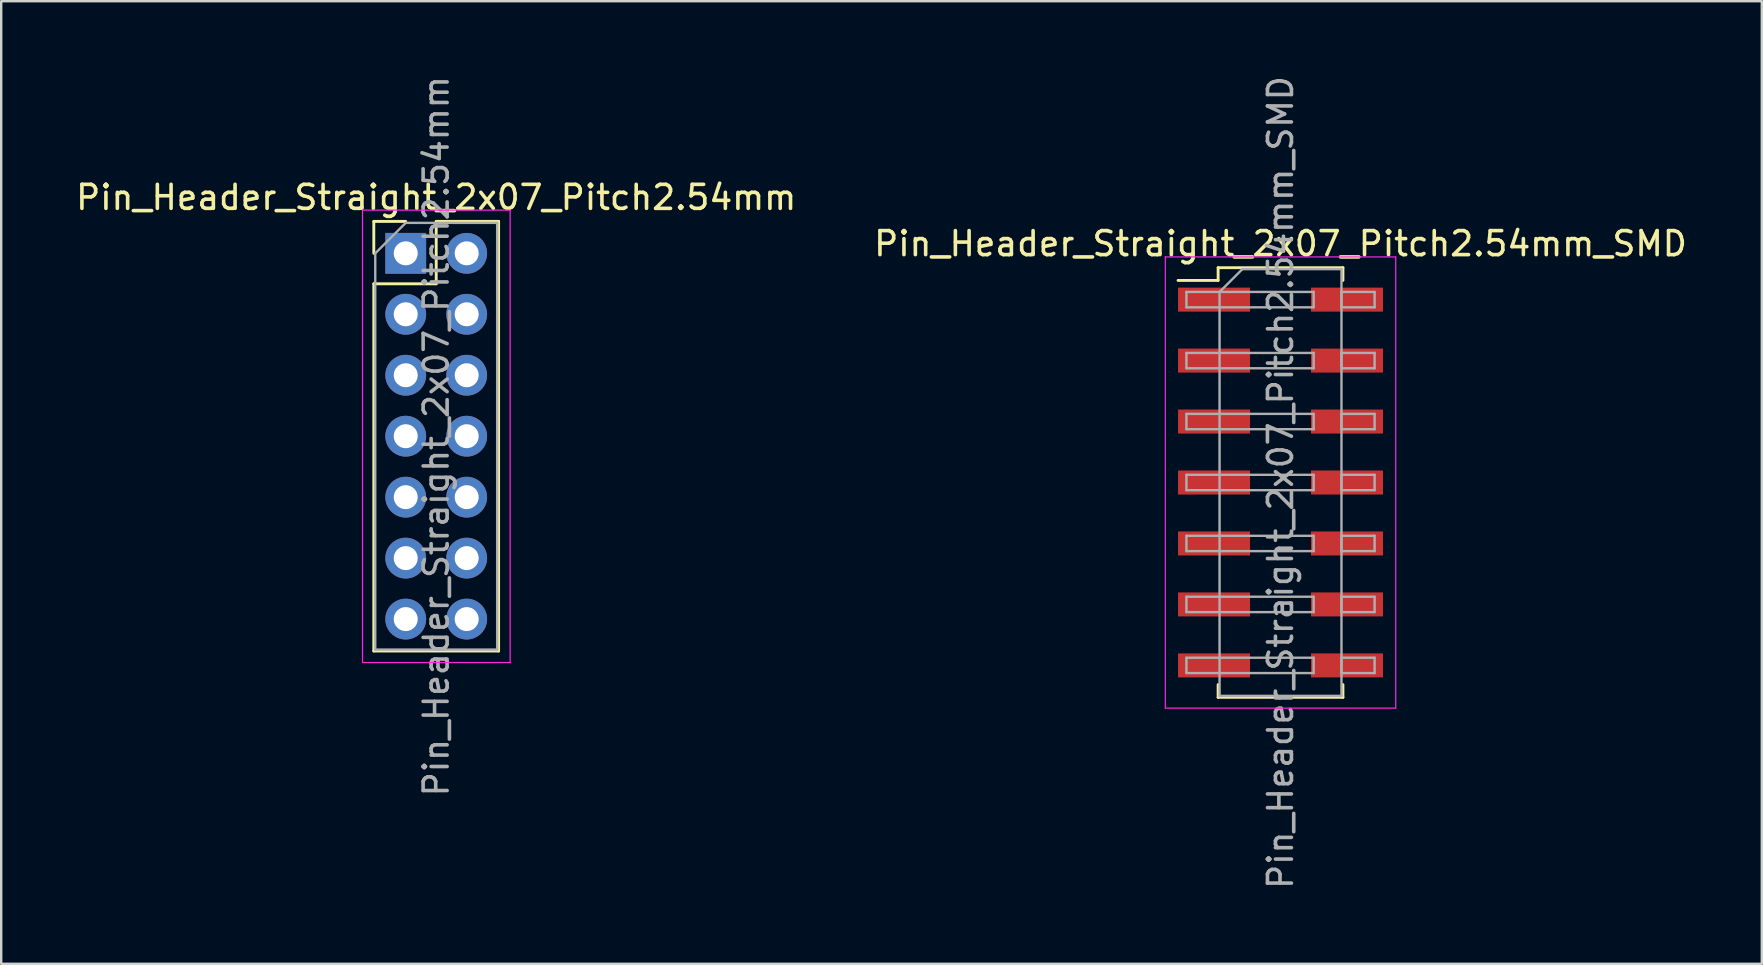
<source format=kicad_pcb>
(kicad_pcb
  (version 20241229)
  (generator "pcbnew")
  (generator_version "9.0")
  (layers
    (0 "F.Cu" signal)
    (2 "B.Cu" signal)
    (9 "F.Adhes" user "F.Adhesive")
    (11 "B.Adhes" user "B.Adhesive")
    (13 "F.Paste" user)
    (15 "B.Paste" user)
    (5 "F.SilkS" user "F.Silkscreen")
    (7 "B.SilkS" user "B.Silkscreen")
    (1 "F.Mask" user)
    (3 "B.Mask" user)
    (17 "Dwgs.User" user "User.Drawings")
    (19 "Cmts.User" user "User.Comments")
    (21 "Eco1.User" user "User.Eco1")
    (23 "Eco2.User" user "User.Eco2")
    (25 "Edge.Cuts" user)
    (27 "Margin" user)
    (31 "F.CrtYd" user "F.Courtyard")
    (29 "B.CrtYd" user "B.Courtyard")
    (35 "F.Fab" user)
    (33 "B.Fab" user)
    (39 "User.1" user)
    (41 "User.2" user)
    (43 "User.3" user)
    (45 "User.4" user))
  (footprint "Pin_Header_Straight_2x07_Pitch2.54mm_SMD"
    (layer "F.Cu")
    (at 50.304 17.054)
    (property "Reference" "Pin_Header_Straight_2x07_Pitch2.54mm_SMD" (at 0 -9.95 0) (layer "F.SilkS") (effects (font (size 1 1) (thickness 0.15))))
    (attr smd)
    (fp_line (start -4.27 -8.42) (end -2.6 -8.42) (stroke (width 0.12) (type solid)) (layer "F.SilkS"))
    (fp_line (start -2.6 -8.95) (end 2.6 -8.95) (stroke (width 0.12) (type solid)) (layer "F.SilkS"))
    (fp_line (start -2.6 -8.42) (end -2.6 -8.95) (stroke (width 0.12) (type solid)) (layer "F.SilkS"))
    (fp_line (start -2.6 8.42) (end -2.6 8.95) (stroke (width 0.12) (type solid)) (layer "F.SilkS"))
    (fp_line (start -2.6 8.95) (end 2.6 8.95) (stroke (width 0.12) (type solid)) (layer "F.SilkS"))
    (fp_line (start 2.6 -8.95) (end 2.6 -8.42) (stroke (width 0.12) (type solid)) (layer "F.SilkS"))
    (fp_line (start 2.6 8.95) (end 2.6 8.42) (stroke (width 0.12) (type solid)) (layer "F.SilkS"))
    (fp_line (start -4.8 -9.4) (end -4.8 9.4) (stroke (width 0.05) (type solid)) (layer "F.CrtYd"))
    (fp_line (start -4.8 9.4) (end 4.8 9.4) (stroke (width 0.05) (type solid)) (layer "F.CrtYd"))
    (fp_line (start 4.8 -9.4) (end -4.8 -9.4) (stroke (width 0.05) (type solid)) (layer "F.CrtYd"))
    (fp_line (start 4.8 9.4) (end 4.8 -9.4) (stroke (width 0.05) (type solid)) (layer "F.CrtYd"))
    (fp_line (start -3.92 -7.94) (end -3.92 -7.3) (stroke (width 0.1) (type solid)) (layer "F.Fab"))
    (fp_line (start -3.92 -7.3) (end -2.54 -7.3) (stroke (width 0.1) (type solid)) (layer "F.Fab"))
    (fp_line (start -3.92 -5.4) (end -3.92 -4.76) (stroke (width 0.1) (type solid)) (layer "F.Fab"))
    (fp_line (start -3.92 -4.76) (end -2.54 -4.76) (stroke (width 0.1) (type solid)) (layer "F.Fab"))
    (fp_line (start -3.92 -2.86) (end -3.92 -2.22) (stroke (width 0.1) (type solid)) (layer "F.Fab"))
    (fp_line (start -3.92 -2.22) (end -2.54 -2.22) (stroke (width 0.1) (type solid)) (layer "F.Fab"))
    (fp_line (start -3.92 -0.32) (end -3.92 0.32) (stroke (width 0.1) (type solid)) (layer "F.Fab"))
    (fp_line (start -3.92 0.32) (end -2.54 0.32) (stroke (width 0.1) (type solid)) (layer "F.Fab"))
    (fp_line (start -3.92 2.22) (end -3.92 2.86) (stroke (width 0.1) (type solid)) (layer "F.Fab"))
    (fp_line (start -3.92 2.86) (end -2.54 2.86) (stroke (width 0.1) (type solid)) (layer "F.Fab"))
    (fp_line (start -3.92 4.76) (end -3.92 5.4) (stroke (width 0.1) (type solid)) (layer "F.Fab"))
    (fp_line (start -3.92 5.4) (end -2.54 5.4) (stroke (width 0.1) (type solid)) (layer "F.Fab"))
    (fp_line (start -3.92 7.3) (end -3.92 7.94) (stroke (width 0.1) (type solid)) (layer "F.Fab"))
    (fp_line (start -3.92 7.94) (end -2.54 7.94) (stroke (width 0.1) (type solid)) (layer "F.Fab"))
    (fp_line (start -2.54 -7.94) (end -3.92 -7.94) (stroke (width 0.1) (type solid)) (layer "F.Fab"))
    (fp_line (start -2.54 -7.94) (end -1.59 -8.89) (stroke (width 0.1) (type solid)) (layer "F.Fab"))
    (fp_line (start -2.54 -7.94) (end 1.38 -7.94) (stroke (width 0.1) (type solid)) (layer "F.Fab"))
    (fp_line (start -2.54 -5.4) (end -3.92 -5.4) (stroke (width 0.1) (type solid)) (layer "F.Fab"))
    (fp_line (start -2.54 -5.4) (end 1.38 -5.4) (stroke (width 0.1) (type solid)) (layer "F.Fab"))
    (fp_line (start -2.54 -2.86) (end -3.92 -2.86) (stroke (width 0.1) (type solid)) (layer "F.Fab"))
    (fp_line (start -2.54 -2.86) (end 1.38 -2.86) (stroke (width 0.1) (type solid)) (layer "F.Fab"))
    (fp_line (start -2.54 -0.32) (end -3.92 -0.32) (stroke (width 0.1) (type solid)) (layer "F.Fab"))
    (fp_line (start -2.54 -0.32) (end 1.38 -0.32) (stroke (width 0.1) (type solid)) (layer "F.Fab"))
    (fp_line (start -2.54 2.22) (end -3.92 2.22) (stroke (width 0.1) (type solid)) (layer "F.Fab"))
    (fp_line (start -2.54 2.22) (end 1.38 2.22) (stroke (width 0.1) (type solid)) (layer "F.Fab"))
    (fp_line (start -2.54 4.76) (end -3.92 4.76) (stroke (width 0.1) (type solid)) (layer "F.Fab"))
    (fp_line (start -2.54 4.76) (end 1.38 4.76) (stroke (width 0.1) (type solid)) (layer "F.Fab"))
    (fp_line (start -2.54 7.3) (end -3.92 7.3) (stroke (width 0.1) (type solid)) (layer "F.Fab"))
    (fp_line (start -2.54 7.3) (end 1.38 7.3) (stroke (width 0.1) (type solid)) (layer "F.Fab"))
    (fp_line (start -2.54 8.89) (end -2.54 -7.94) (stroke (width 0.1) (type solid)) (layer "F.Fab"))
    (fp_line (start -1.59 -8.89) (end 2.54 -8.89) (stroke (width 0.1) (type solid)) (layer "F.Fab"))
    (fp_line (start 1.38 -7.94) (end 1.38 -7.3) (stroke (width 0.1) (type solid)) (layer "F.Fab"))
    (fp_line (start 1.38 -7.3) (end -2.54 -7.3) (stroke (width 0.1) (type solid)) (layer "F.Fab"))
    (fp_line (start 1.38 -5.4) (end 1.38 -4.76) (stroke (width 0.1) (type solid)) (layer "F.Fab"))
    (fp_line (start 1.38 -4.76) (end -2.54 -4.76) (stroke (width 0.1) (type solid)) (layer "F.Fab"))
    (fp_line (start 1.38 -2.86) (end 1.38 -2.22) (stroke (width 0.1) (type solid)) (layer "F.Fab"))
    (fp_line (start 1.38 -2.22) (end -2.54 -2.22) (stroke (width 0.1) (type solid)) (layer "F.Fab"))
    (fp_line (start 1.38 -0.32) (end 1.38 0.32) (stroke (width 0.1) (type solid)) (layer "F.Fab"))
    (fp_line (start 1.38 0.32) (end -2.54 0.32) (stroke (width 0.1) (type solid)) (layer "F.Fab"))
    (fp_line (start 1.38 2.22) (end 1.38 2.86) (stroke (width 0.1) (type solid)) (layer "F.Fab"))
    (fp_line (start 1.38 2.86) (end -2.54 2.86) (stroke (width 0.1) (type solid)) (layer "F.Fab"))
    (fp_line (start 1.38 4.76) (end 1.38 5.4) (stroke (width 0.1) (type solid)) (layer "F.Fab"))
    (fp_line (start 1.38 5.4) (end -2.54 5.4) (stroke (width 0.1) (type solid)) (layer "F.Fab"))
    (fp_line (start 1.38 7.3) (end 1.38 7.94) (stroke (width 0.1) (type solid)) (layer "F.Fab"))
    (fp_line (start 1.38 7.94) (end -2.54 7.94) (stroke (width 0.1) (type solid)) (layer "F.Fab"))
    (fp_line (start 2.54 -8.89) (end 2.54 8.89) (stroke (width 0.1) (type solid)) (layer "F.Fab"))
    (fp_line (start 2.54 -7.94) (end 2.54 -7.3) (stroke (width 0.1) (type solid)) (layer "F.Fab"))
    (fp_line (start 2.54 -7.3) (end 3.92 -7.3) (stroke (width 0.1) (type solid)) (layer "F.Fab"))
    (fp_line (start 2.54 -5.4) (end 2.54 -4.76) (stroke (width 0.1) (type solid)) (layer "F.Fab"))
    (fp_line (start 2.54 -4.76) (end 3.92 -4.76) (stroke (width 0.1) (type solid)) (layer "F.Fab"))
    (fp_line (start 2.54 -2.86) (end 2.54 -2.22) (stroke (width 0.1) (type solid)) (layer "F.Fab"))
    (fp_line (start 2.54 -2.22) (end 3.92 -2.22) (stroke (width 0.1) (type solid)) (layer "F.Fab"))
    (fp_line (start 2.54 -0.32) (end 2.54 0.32) (stroke (width 0.1) (type solid)) (layer "F.Fab"))
    (fp_line (start 2.54 0.32) (end 3.92 0.32) (stroke (width 0.1) (type solid)) (layer "F.Fab"))
    (fp_line (start 2.54 2.22) (end 2.54 2.86) (stroke (width 0.1) (type solid)) (layer "F.Fab"))
    (fp_line (start 2.54 2.86) (end 3.92 2.86) (stroke (width 0.1) (type solid)) (layer "F.Fab"))
    (fp_line (start 2.54 4.76) (end 2.54 5.4) (stroke (width 0.1) (type solid)) (layer "F.Fab"))
    (fp_line (start 2.54 5.4) (end 3.92 5.4) (stroke (width 0.1) (type solid)) (layer "F.Fab"))
    (fp_line (start 2.54 7.3) (end 2.54 7.94) (stroke (width 0.1) (type solid)) (layer "F.Fab"))
    (fp_line (start 2.54 7.94) (end 3.92 7.94) (stroke (width 0.1) (type solid)) (layer "F.Fab"))
    (fp_line (start 2.54 8.89) (end -2.54 8.89) (stroke (width 0.1) (type solid)) (layer "F.Fab"))
    (fp_line (start 3.92 -7.94) (end 2.54 -7.94) (stroke (width 0.1) (type solid)) (layer "F.Fab"))
    (fp_line (start 3.92 -7.3) (end 3.92 -7.94) (stroke (width 0.1) (type solid)) (layer "F.Fab"))
    (fp_line (start 3.92 -5.4) (end 2.54 -5.4) (stroke (width 0.1) (type solid)) (layer "F.Fab"))
    (fp_line (start 3.92 -4.76) (end 3.92 -5.4) (stroke (width 0.1) (type solid)) (layer "F.Fab"))
    (fp_line (start 3.92 -2.86) (end 2.54 -2.86) (stroke (width 0.1) (type solid)) (layer "F.Fab"))
    (fp_line (start 3.92 -2.22) (end 3.92 -2.86) (stroke (width 0.1) (type solid)) (layer "F.Fab"))
    (fp_line (start 3.92 -0.32) (end 2.54 -0.32) (stroke (width 0.1) (type solid)) (layer "F.Fab"))
    (fp_line (start 3.92 0.32) (end 3.92 -0.32) (stroke (width 0.1) (type solid)) (layer "F.Fab"))
    (fp_line (start 3.92 2.22) (end 2.54 2.22) (stroke (width 0.1) (type solid)) (layer "F.Fab"))
    (fp_line (start 3.92 2.86) (end 3.92 2.22) (stroke (width 0.1) (type solid)) (layer "F.Fab"))
    (fp_line (start 3.92 4.76) (end 2.54 4.76) (stroke (width 0.1) (type solid)) (layer "F.Fab"))
    (fp_line (start 3.92 5.4) (end 3.92 4.76) (stroke (width 0.1) (type solid)) (layer "F.Fab"))
    (fp_line (start 3.92 7.3) (end 2.54 7.3) (stroke (width 0.1) (type solid)) (layer "F.Fab"))
    (fp_line (start 3.92 7.94) (end 3.92 7.3) (stroke (width 0.1) (type solid)) (layer "F.Fab"))
    (fp_text user "${REFERENCE}" (at 0 0 90) (layer "F.Fab") (effects (font (size 1 1) (thickness 0.15))))
    (pad "1" smd rect (at -2.77 -7.62) (size 3 1) (layers "F.Cu" "F.Mask" "F.Paste"))
    (pad "2" smd rect (at 2.77 -7.62) (size 3 1) (layers "F.Cu" "F.Mask" "F.Paste"))
    (pad "3" smd rect (at -2.77 -5.08) (size 3 1) (layers "F.Cu" "F.Mask" "F.Paste"))
    (pad "4" smd rect (at 2.77 -5.08) (size 3 1) (layers "F.Cu" "F.Mask" "F.Paste"))
    (pad "5" smd rect (at -2.77 -2.54) (size 3 1) (layers "F.Cu" "F.Mask" "F.Paste"))
    (pad "6" smd rect (at 2.77 -2.54) (size 3 1) (layers "F.Cu" "F.Mask" "F.Paste"))
    (pad "7" smd rect (at -2.77 0) (size 3 1) (layers "F.Cu" "F.Mask" "F.Paste"))
    (pad "8" smd rect (at 2.77 0) (size 3 1) (layers "F.Cu" "F.Mask" "F.Paste"))
    (pad "9" smd rect (at -2.77 2.54) (size 3 1) (layers "F.Cu" "F.Mask" "F.Paste"))
    (pad "10" smd rect (at 2.77 2.54) (size 3 1) (layers "F.Cu" "F.Mask" "F.Paste"))
    (pad "11" smd rect (at -2.77 5.08) (size 3 1) (layers "F.Cu" "F.Mask" "F.Paste"))
    (pad "12" smd rect (at 2.77 5.08) (size 3 1) (layers "F.Cu" "F.Mask" "F.Paste"))
    (pad "13" smd rect (at -2.77 7.62) (size 3 1) (layers "F.Cu" "F.Mask" "F.Paste"))
    (pad "14" smd rect (at 2.77 7.62) (size 3 1) (layers "F.Cu" "F.Mask" "F.Paste")))
  (footprint "Pin_Header_Straight_2x07_Pitch2.54mm"
    (layer "F.Cu")
    (at 13.855 7.505)
    (property "Reference" "Pin_Header_Straight_2x07_Pitch2.54mm" (at 1.27 -2.33 0) (layer "F.SilkS") (effects (font (size 1 1) (thickness 0.15))))
    (attr through_hole)
    (fp_line (start -1.33 -1.33) (end 0 -1.33) (stroke (width 0.12) (type solid)) (layer "F.SilkS"))
    (fp_line (start -1.33 0) (end -1.33 -1.33) (stroke (width 0.12) (type solid)) (layer "F.SilkS"))
    (fp_line (start -1.33 1.27) (end -1.33 16.57) (stroke (width 0.12) (type solid)) (layer "F.SilkS"))
    (fp_line (start -1.33 16.57) (end 3.87 16.57) (stroke (width 0.12) (type solid)) (layer "F.SilkS"))
    (fp_line (start 1.27 -1.33) (end 1.27 1.27) (stroke (width 0.12) (type solid)) (layer "F.SilkS"))
    (fp_line (start 1.27 1.27) (end -1.33 1.27) (stroke (width 0.12) (type solid)) (layer "F.SilkS"))
    (fp_line (start 3.87 -1.33) (end 1.27 -1.33) (stroke (width 0.12) (type solid)) (layer "F.SilkS"))
    (fp_line (start 3.87 16.57) (end 3.87 -1.33) (stroke (width 0.12) (type solid)) (layer "F.SilkS"))
    (fp_line (start -1.8 -1.8) (end -1.8 17.05) (stroke (width 0.05) (type solid)) (layer "F.CrtYd"))
    (fp_line (start -1.8 17.05) (end 4.35 17.05) (stroke (width 0.05) (type solid)) (layer "F.CrtYd"))
    (fp_line (start 4.35 -1.8) (end -1.8 -1.8) (stroke (width 0.05) (type solid)) (layer "F.CrtYd"))
    (fp_line (start 4.35 17.05) (end 4.35 -1.8) (stroke (width 0.05) (type solid)) (layer "F.CrtYd"))
    (fp_line (start -1.27 0) (end 0 -1.27) (stroke (width 0.1) (type solid)) (layer "F.Fab"))
    (fp_line (start -1.27 16.51) (end -1.27 0) (stroke (width 0.1) (type solid)) (layer "F.Fab"))
    (fp_line (start 0 -1.27) (end 3.81 -1.27) (stroke (width 0.1) (type solid)) (layer "F.Fab"))
    (fp_line (start 3.81 -1.27) (end 3.81 16.51) (stroke (width 0.1) (type solid)) (layer "F.Fab"))
    (fp_line (start 3.81 16.51) (end -1.27 16.51) (stroke (width 0.1) (type solid)) (layer "F.Fab"))
    (fp_text user "${REFERENCE}" (at 1.27 7.62 90) (layer "F.Fab") (effects (font (size 1 1) (thickness 0.15))))
    (pad "1" thru_hole rect (at 0 0) (size 1.7 1.7) (drill 1) (layers "*.Cu" "*.Mask"))
    (pad "2" thru_hole oval (at 2.54 0) (size 1.7 1.7) (drill 1) (layers "*.Cu" "*.Mask"))
    (pad "3" thru_hole oval (at 0 2.54) (size 1.7 1.7) (drill 1) (layers "*.Cu" "*.Mask"))
    (pad "4" thru_hole oval (at 2.54 2.54) (size 1.7 1.7) (drill 1) (layers "*.Cu" "*.Mask"))
    (pad "5" thru_hole oval (at 0 5.08) (size 1.7 1.7) (drill 1) (layers "*.Cu" "*.Mask"))
    (pad "6" thru_hole oval (at 2.54 5.08) (size 1.7 1.7) (drill 1) (layers "*.Cu" "*.Mask"))
    (pad "7" thru_hole oval (at 0 7.62) (size 1.7 1.7) (drill 1) (layers "*.Cu" "*.Mask"))
    (pad "8" thru_hole oval (at 2.54 7.62) (size 1.7 1.7) (drill 1) (layers "*.Cu" "*.Mask"))
    (pad "9" thru_hole oval (at 0 10.16) (size 1.7 1.7) (drill 1) (layers "*.Cu" "*.Mask"))
    (pad "10" thru_hole oval (at 2.54 10.16) (size 1.7 1.7) (drill 1) (layers "*.Cu" "*.Mask"))
    (pad "11" thru_hole oval (at 0 12.7) (size 1.7 1.7) (drill 1) (layers "*.Cu" "*.Mask"))
    (pad "12" thru_hole oval (at 2.54 12.7) (size 1.7 1.7) (drill 1) (layers "*.Cu" "*.Mask"))
    (pad "13" thru_hole oval (at 0 15.24) (size 1.7 1.7) (drill 1) (layers "*.Cu" "*.Mask"))
    (pad "14" thru_hole oval (at 2.54 15.24) (size 1.7 1.7) (drill 1) (layers "*.Cu" "*.Mask")))
  (gr_rect
    (start -3 -3)
    (end 70.357 37.107)
    (stroke (width 0.1) (type default))
    (fill no)
    (layer "Edge.Cuts")))
</source>
